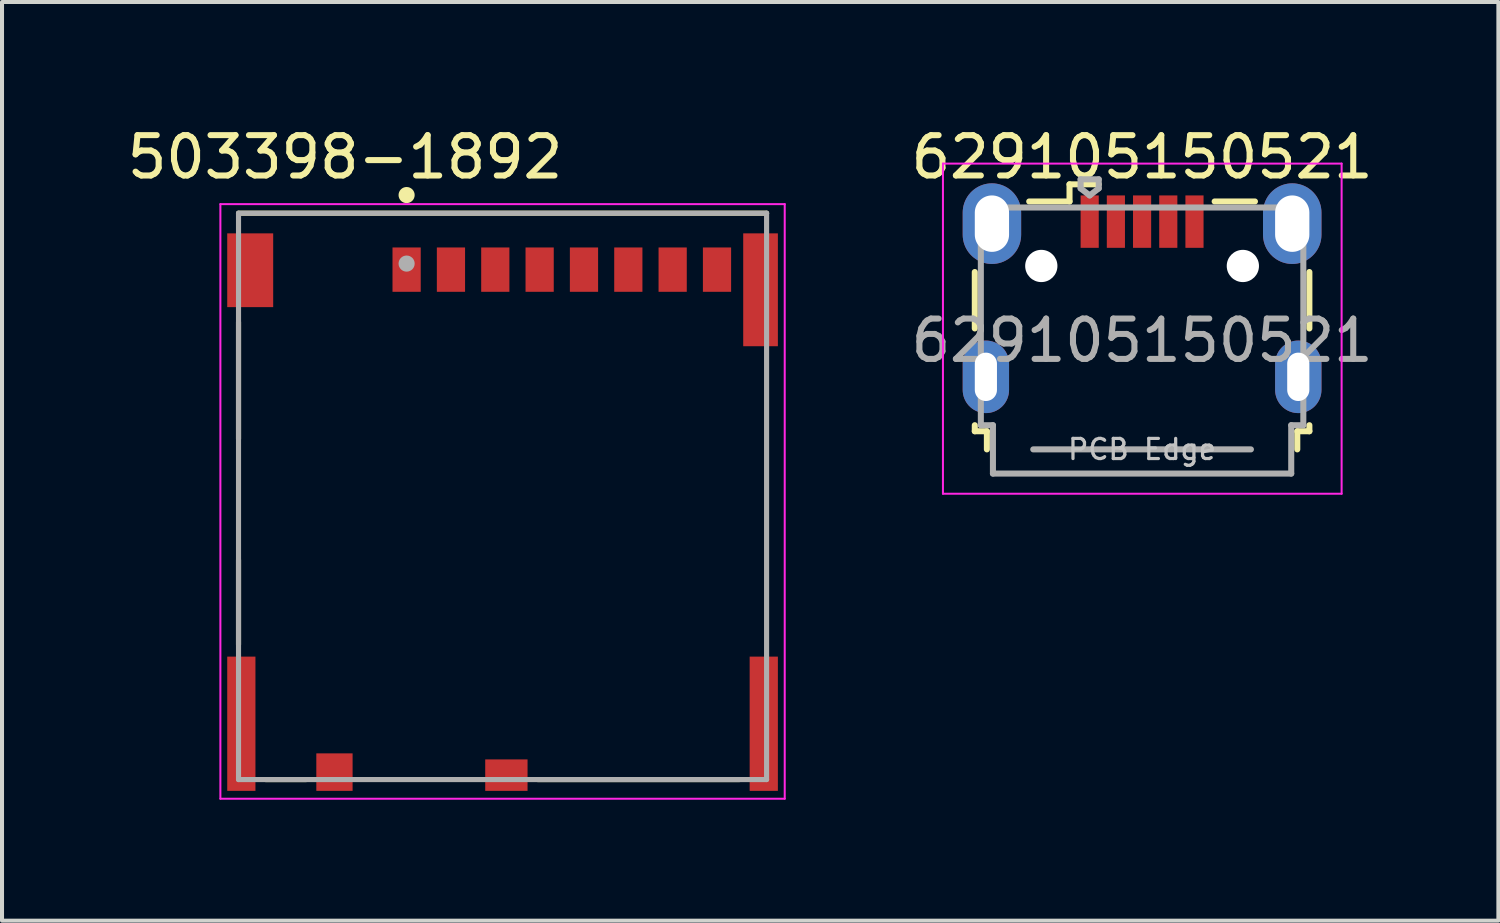
<source format=kicad_pcb>
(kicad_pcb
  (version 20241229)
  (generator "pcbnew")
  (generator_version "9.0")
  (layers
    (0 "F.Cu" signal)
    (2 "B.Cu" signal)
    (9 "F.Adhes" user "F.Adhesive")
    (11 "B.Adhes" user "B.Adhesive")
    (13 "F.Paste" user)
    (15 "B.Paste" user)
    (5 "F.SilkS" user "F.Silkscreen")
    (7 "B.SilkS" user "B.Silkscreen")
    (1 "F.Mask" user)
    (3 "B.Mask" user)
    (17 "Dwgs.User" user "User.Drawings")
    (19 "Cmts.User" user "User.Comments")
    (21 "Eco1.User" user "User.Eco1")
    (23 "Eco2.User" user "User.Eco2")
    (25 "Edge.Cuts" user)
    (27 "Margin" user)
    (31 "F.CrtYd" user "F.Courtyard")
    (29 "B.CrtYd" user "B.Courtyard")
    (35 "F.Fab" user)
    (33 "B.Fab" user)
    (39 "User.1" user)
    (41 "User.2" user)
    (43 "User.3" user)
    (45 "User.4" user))
  (footprint "503398-1892"
    (layer "F.Cu")
    (at 9.417 9.264)
    (property "Reference" "503398-1892" (at -3.908 -8.416 0) (layer "F.SilkS") (effects (font (size 1.001 1.001) (thickness 0.15))))
    (attr smd)
    (fp_line (start -6.55 -7.025) (end 6.55 -7.025) (stroke (width 0.127) (type solid)) (layer "F.SilkS"))
    (fp_line (start -6.55 -4.325) (end -6.55 -1.425) (stroke (width 0.127) (type solid)) (layer "F.SilkS"))
    (fp_line (start -6.55 1.575) (end -6.55 3.675) (stroke (width 0.127) (type solid)) (layer "F.SilkS"))
    (fp_line (start -5.876 7.025) (end -4.874 7.025) (stroke (width 0.127) (type solid)) (layer "F.SilkS"))
    (fp_line (start 0.874 7.025) (end 5.876 7.025) (stroke (width 0.127) (type solid)) (layer "F.SilkS"))
    (fp_circle (center -2.38 -7.475) (end -2.28 -7.475) (stroke (width 0.2) (type solid)) (fill no) (layer "F.SilkS"))
    (fp_line (start -7 -7.25) (end 7 -7.25) (stroke (width 0.05) (type solid)) (layer "F.CrtYd"))
    (fp_line (start -7 7.5) (end -7 -7.25) (stroke (width 0.05) (type solid)) (layer "F.CrtYd"))
    (fp_line (start 7 -7.25) (end 7 7.5) (stroke (width 0.05) (type solid)) (layer "F.CrtYd"))
    (fp_line (start 7 7.5) (end -7 7.5) (stroke (width 0.05) (type solid)) (layer "F.CrtYd"))
    (fp_line (start -6.55 -7.025) (end 6.55 -7.025) (stroke (width 0.127) (type solid)) (layer "F.Fab"))
    (fp_line (start -6.55 7.025) (end -6.55 -7.025) (stroke (width 0.127) (type solid)) (layer "F.Fab"))
    (fp_line (start 6.55 -7.025) (end 6.55 7.025) (stroke (width 0.127) (type solid)) (layer "F.Fab"))
    (fp_line (start 6.55 7.025) (end -6.55 7.025) (stroke (width 0.127) (type solid)) (layer "F.Fab"))
    (fp_circle (center -2.38 -5.775) (end -2.28 -5.775) (stroke (width 0.2) (type solid)) (fill no) (layer "F.Fab"))
    (pad "1" smd rect (at -2.38 -5.625) (size 0.7 1.1) (layers "F.Cu" "F.Mask" "F.Paste"))
    (pad "2" smd rect (at -1.28 -5.625) (size 0.7 1.1) (layers "F.Cu" "F.Mask" "F.Paste"))
    (pad "3" smd rect (at -0.18 -5.625) (size 0.7 1.1) (layers "F.Cu" "F.Mask" "F.Paste"))
    (pad "4" smd rect (at 0.92 -5.625) (size 0.7 1.1) (layers "F.Cu" "F.Mask" "F.Paste"))
    (pad "5" smd rect (at 2.02 -5.625) (size 0.7 1.1) (layers "F.Cu" "F.Mask" "F.Paste"))
    (pad "6" smd rect (at 3.12 -5.625) (size 0.7 1.1) (layers "F.Cu" "F.Mask" "F.Paste"))
    (pad "7" smd rect (at 4.22 -5.625) (size 0.7 1.1) (layers "F.Cu" "F.Mask" "F.Paste"))
    (pad "8" smd rect (at 5.32 -5.625) (size 0.7 1.1) (layers "F.Cu" "F.Mask" "F.Paste"))
    (pad "9" smd rect (at -4.17 6.84) (size 0.9 0.93) (layers "F.Cu" "F.Mask" "F.Paste"))
    (pad "10" smd rect (at 0.095 6.915) (size 1.05 0.78) (layers "F.Cu" "F.Mask" "F.Paste"))
    (pad "P1" smd rect (at -6.26 -5.61) (size 1.14 1.83) (layers "F.Cu" "F.Mask" "F.Paste"))
    (pad "P2" smd rect (at 6.4 -5.125) (size 0.86 2.8) (layers "F.Cu" "F.Mask" "F.Paste"))
    (pad "P3" smd rect (at -6.48 5.64) (size 0.7 3.33) (layers "F.Cu" "F.Mask" "F.Paste"))
    (pad "P4" smd rect (at 6.48 5.64) (size 0.7 3.33) (layers "F.Cu" "F.Mask" "F.Paste"))
    (zone (net_name "") (layer "F.Cu") (hatch full 0.508) (connect_pads) (min_thickness 0.01) (filled_areas_thickness no) (keepout (tracks not_allowed) (vias not_allowed) (pads not_allowed) (copperpour not_allowed) (footprints allowed)) (placement (enabled no)) (fill) (polygon (pts (xy 2.581 8.139) (xy 3.287 8.139) (xy 3.287 10.541) (xy 2.581 10.541))))
    (zone (net_name "") (layer "F.Cu") (hatch full 0.508) (connect_pads) (min_thickness 0.01) (filled_areas_thickness no) (keepout (tracks not_allowed) (vias not_allowed) (pads not_allowed) (copperpour not_allowed) (footprints allowed)) (placement (enabled no)) (fill) (polygon (pts (xy 4.172 13.839) (xy 4.732 13.839) (xy 4.732 16.003) (xy 4.172 16.003))))
    (zone (net_name "") (layer "F.Cu") (hatch full 0.508) (connect_pads) (min_thickness 0.01) (filled_areas_thickness no) (keepout (tracks not_allowed) (vias not_allowed) (pads not_allowed) (copperpour not_allowed) (footprints allowed)) (placement (enabled no)) (fill) (polygon (pts (xy 6.195 15.639) (xy 6.747 15.639) (xy 6.747 16.195) (xy 6.195 16.195))))
    (zone (net_name "") (layer "F.Cu") (hatch full 0.508) (connect_pads) (min_thickness 0.0001) (filled_areas_thickness no) (keepout (tracks not_allowed) (vias not_allowed) (pads not_allowed) (copperpour not_allowed) (footprints allowed)) (placement (enabled no)) (fill) (polygon (pts (xy 6.247 5.539) (xy 6.247 10.539) (xy 5.597 10.539) (xy 5.597 13.139) (xy 9.987 13.139) (xy 9.987 14.389) (xy 7.687 14.389) (xy 7.687 16.569) (xy 8.987 16.569) (xy 8.987 15.789) (xy 15.547 15.789) (xy 15.547 13.239) (xy 16.247 13.239) (xy 16.247 5.539))))
    (zone (net_name "") (layers "F.Cu" "B.Cu") (hatch full 0.508) (connect_pads) (min_thickness 0.01) (filled_areas_thickness no) (keepout (tracks allowed) (vias not_allowed) (pads allowed) (copperpour allowed) (footprints allowed)) (placement (enabled no)) (fill) (polygon (pts (xy 2.576 8.139) (xy 3.287 8.139) (xy 3.287 10.542) (xy 2.576 10.542))))
    (zone (net_name "") (layers "F.Cu" "B.Cu") (hatch full 0.508) (connect_pads) (min_thickness 0.01) (filled_areas_thickness no) (keepout (tracks allowed) (vias not_allowed) (pads allowed) (copperpour allowed) (footprints allowed)) (placement (enabled no)) (fill) (polygon (pts (xy 4.179 13.839) (xy 4.732 13.839) (xy 4.732 15.994) (xy 4.179 15.994))))
    (zone (net_name "") (layers "F.Cu" "B.Cu") (hatch full 0.508) (connect_pads) (min_thickness 0.01) (filled_areas_thickness no) (keepout (tracks allowed) (vias not_allowed) (pads allowed) (copperpour allowed) (footprints allowed)) (placement (enabled no)) (fill) (polygon (pts (xy 6.192 15.639) (xy 6.747 15.639) (xy 6.747 16.201) (xy 6.192 16.201))))
    (zone (net_name "") (layers "F.Cu" "B.Cu") (hatch full 0.508) (connect_pads) (min_thickness 0.0001) (filled_areas_thickness no) (keepout (tracks allowed) (vias not_allowed) (pads allowed) (copperpour allowed) (footprints allowed)) (placement (enabled no)) (fill) (polygon (pts (xy 6.247 5.539) (xy 6.247 10.539) (xy 5.597 10.539) (xy 5.597 13.139) (xy 9.987 13.139) (xy 9.987 14.389) (xy 7.687 14.389) (xy 7.687 16.569) (xy 8.987 16.569) (xy 8.987 15.789) (xy 15.547 15.789) (xy 15.547 13.239) (xy 16.247 13.239) (xy 16.247 5.539)))))
  (footprint "629105150521"
    (layer "F.Cu")
    (at 25.282 4.348)
    (property "Reference" "629105150521" (at 0 -3.5 0) (layer "F.SilkS") (effects (font (size 1 1) (thickness 0.15))))
    (attr smd)
    (fp_line (start -4.15 -0.65) (end -4.15 0.75) (stroke (width 0.15) (type solid)) (layer "F.SilkS"))
    (fp_line (start -4.15 3.15) (end -4.15 3.3) (stroke (width 0.15) (type solid)) (layer "F.SilkS"))
    (fp_line (start -4.15 3.3) (end -3.85 3.3) (stroke (width 0.15) (type solid)) (layer "F.SilkS"))
    (fp_line (start -3.85 3.3) (end -3.85 3.75) (stroke (width 0.15) (type solid)) (layer "F.SilkS"))
    (fp_line (start -1.8 -2.825) (end -1.8 -2.4) (stroke (width 0.15) (type solid)) (layer "F.SilkS"))
    (fp_line (start -1.8 -2.4) (end -2.8 -2.4) (stroke (width 0.15) (type solid)) (layer "F.SilkS"))
    (fp_line (start -1.075 -2.825) (end -1.8 -2.825) (stroke (width 0.15) (type solid)) (layer "F.SilkS"))
    (fp_line (start 1.8 -2.4) (end 2.8 -2.4) (stroke (width 0.15) (type solid)) (layer "F.SilkS"))
    (fp_line (start 3.85 3.3) (end 4.15 3.3) (stroke (width 0.15) (type solid)) (layer "F.SilkS"))
    (fp_line (start 3.85 3.75) (end 3.85 3.3) (stroke (width 0.15) (type solid)) (layer "F.SilkS"))
    (fp_line (start 4.15 0.75) (end 4.15 -0.65) (stroke (width 0.15) (type solid)) (layer "F.SilkS"))
    (fp_line (start 4.15 3.3) (end 4.15 3.15) (stroke (width 0.15) (type solid)) (layer "F.SilkS"))
    (fp_line (start -4.94 -3.34) (end -4.94 4.85) (stroke (width 0.05) (type solid)) (layer "F.CrtYd"))
    (fp_line (start -4.94 4.85) (end 4.95 4.85) (stroke (width 0.05) (type solid)) (layer "F.CrtYd"))
    (fp_line (start 4.95 -3.34) (end -4.94 -3.34) (stroke (width 0.05) (type solid)) (layer "F.CrtYd"))
    (fp_line (start 4.95 4.85) (end 4.95 -3.34) (stroke (width 0.05) (type solid)) (layer "F.CrtYd"))
    (fp_line (start -4 -2.25) (end -4 3.15) (stroke (width 0.15) (type solid)) (layer "F.Fab"))
    (fp_line (start -4 3.15) (end -3.7 3.15) (stroke (width 0.15) (type solid)) (layer "F.Fab"))
    (fp_line (start -3.7 3.15) (end -3.7 4.35) (stroke (width 0.15) (type solid)) (layer "F.Fab"))
    (fp_line (start -3.7 4.35) (end 3.7 4.35) (stroke (width 0.15) (type solid)) (layer "F.Fab"))
    (fp_line (start -2.7 3.75) (end 2.7 3.75) (stroke (width 0.15) (type solid)) (layer "F.Fab"))
    (fp_line (start -1.525 -2.95) (end -1.075 -2.95) (stroke (width 0.15) (type solid)) (layer "F.Fab"))
    (fp_line (start -1.525 -2.725) (end -1.525 -2.95) (stroke (width 0.15) (type solid)) (layer "F.Fab"))
    (fp_line (start -1.3 -2.55) (end -1.525 -2.725) (stroke (width 0.15) (type solid)) (layer "F.Fab"))
    (fp_line (start -1.075 -2.95) (end -1.075 -2.725) (stroke (width 0.15) (type solid)) (layer "F.Fab"))
    (fp_line (start -1.075 -2.725) (end -1.3 -2.55) (stroke (width 0.15) (type solid)) (layer "F.Fab"))
    (fp_line (start 3.7 3.15) (end 4 3.15) (stroke (width 0.15) (type solid)) (layer "F.Fab"))
    (fp_line (start 3.7 4.35) (end 3.7 3.15) (stroke (width 0.15) (type solid)) (layer "F.Fab"))
    (fp_line (start 4 -2.25) (end -4 -2.25) (stroke (width 0.15) (type solid)) (layer "F.Fab"))
    (fp_line (start 4 3.15) (end 4 -2.25) (stroke (width 0.15) (type solid)) (layer "F.Fab"))
    (fp_text user "PCB Edge" (at 0 3.75 0) (layer "Dwgs.User") (effects (font (size 0.5 0.5) (thickness 0.08))))
    (fp_text user "${REFERENCE}" (at 0 1.05 0) (layer "F.Fab") (effects (font (size 1 1) (thickness 0.15))))
    (pad "" np_thru_hole oval (at -2.5 -0.8) (size 0.8 0.8) (drill 0.8) (layers "*.Cu" "*.Mask"))
    (pad "" np_thru_hole oval (at 2.5 -0.8) (size 0.8 0.8) (drill 0.8) (layers "*.Cu" "*.Mask"))
    (pad "1" smd rect (at -1.3 -1.9) (size 0.45 1.3) (layers "F.Cu" "F.Mask" "F.Paste"))
    (pad "2" smd rect (at -0.65 -1.9) (size 0.45 1.3) (layers "F.Cu" "F.Mask" "F.Paste"))
    (pad "3" smd rect (at 0 -1.9) (size 0.45 1.3) (layers "F.Cu" "F.Mask" "F.Paste"))
    (pad "4" smd rect (at 0.65 -1.9) (size 0.45 1.3) (layers "F.Cu" "F.Mask" "F.Paste"))
    (pad "5" smd rect (at 1.3 -1.9) (size 0.45 1.3) (layers "F.Cu" "F.Mask" "F.Paste"))
    (pad "6" thru_hole oval (at -3.875 1.95) (size 1.15 1.8) (drill oval 0.55 1.2) (layers "*.Cu" "*.Mask"))
    (pad "6" thru_hole oval (at -3.725 -1.85) (size 1.45 2) (drill oval 0.85 1.4) (layers "*.Cu" "*.Mask"))
    (pad "6" thru_hole oval (at 3.725 -1.85) (size 1.45 2) (drill oval 0.85 1.4) (layers "*.Cu" "*.Mask"))
    (pad "6" thru_hole oval (at 3.875 1.95) (size 1.15 1.8) (drill oval 0.55 1.2) (layers "*.Cu" "*.Mask")))
  (gr_rect
    (start -3 -3)
    (end 34.121 19.789)
    (stroke (width 0.1) (type default))
    (fill no)
    (layer "Edge.Cuts")))
</source>
